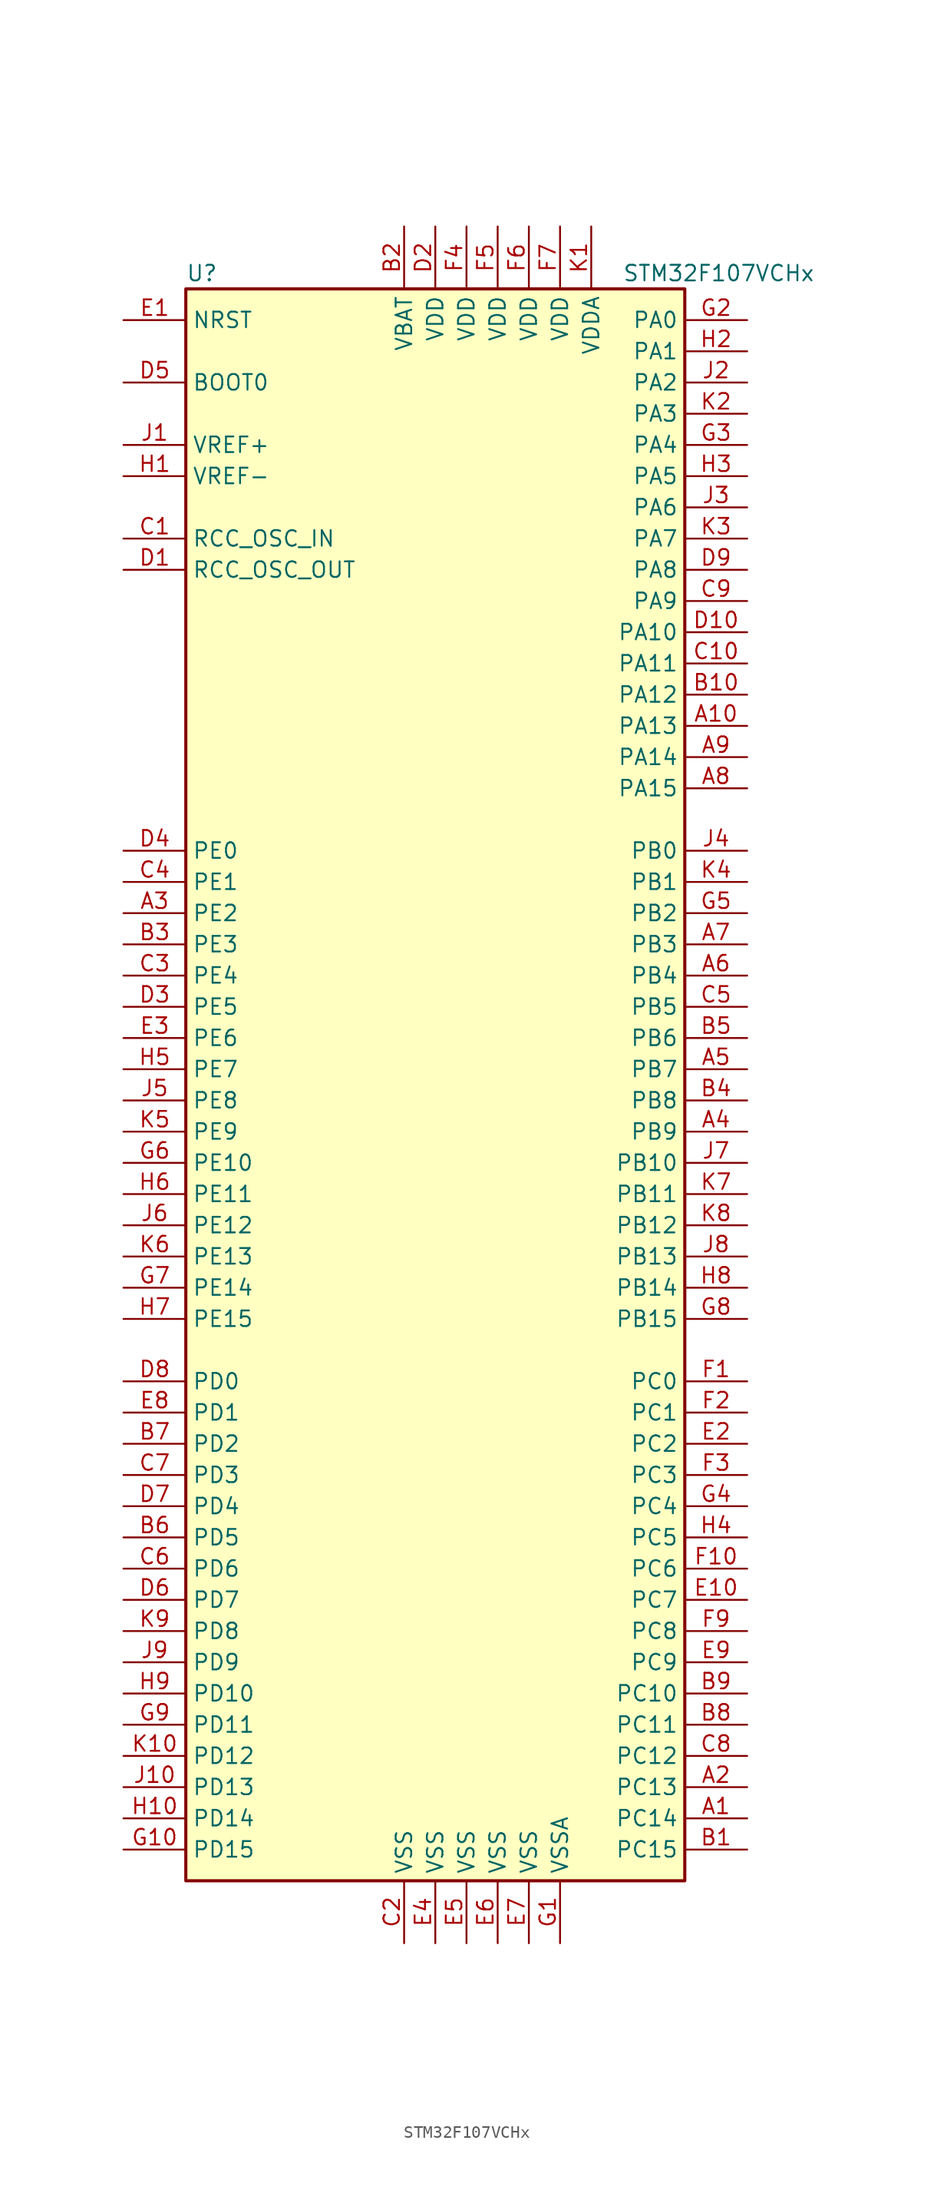
<source format=kicad_sym>
(kicad_symbol_lib
  (version 20201005)
  (generator kicad_symbol_editor)
  (symbol "STM32F107VCHx"
    (property "Reference" "U"
      (at -20.32 64.77 0)
      (effects (font (size 1.27 1.27)) (justify left)))
    (property "Value" "STM32F107VCHx"
      (at 15.24 64.77 0)
      (effects (font (size 1.27 1.27)) (justify left)))
    (symbol "STM32F107VCHx_0_1"
      (rectangle (start -20.32 -66.04) (end 20.32 63.5) (stroke (width 0.254)) (fill (type background))))
    (symbol "STM32F107VCHx_1_1"
      (pin bidirectional line (at 25.4 -60.96 180) (length 5.08) (name "PC14" (effects (font (size 1.27 1.27)))) (number "A1" (effects (font (size 1.27 1.27)))))
      (pin bidirectional line (at 25.4 27.94 180) (length 5.08) (name "PA13" (effects (font (size 1.27 1.27)))) (number "A10" (effects (font (size 1.27 1.27)))))
      (pin bidirectional line (at 25.4 -58.42 180) (length 5.08) (name "PC13" (effects (font (size 1.27 1.27)))) (number "A2" (effects (font (size 1.27 1.27)))))
      (pin bidirectional line (at -25.4 12.7 0) (length 5.08) (name "PE2" (effects (font (size 1.27 1.27)))) (number "A3" (effects (font (size 1.27 1.27)))))
      (pin bidirectional line (at 25.4 -5.08 180) (length 5.08) (name "PB9" (effects (font (size 1.27 1.27)))) (number "A4" (effects (font (size 1.27 1.27)))))
      (pin bidirectional line (at 25.4 0 180) (length 5.08) (name "PB7" (effects (font (size 1.27 1.27)))) (number "A5" (effects (font (size 1.27 1.27)))))
      (pin bidirectional line (at 25.4 7.62 180) (length 5.08) (name "PB4" (effects (font (size 1.27 1.27)))) (number "A6" (effects (font (size 1.27 1.27)))))
      (pin bidirectional line (at 25.4 10.16 180) (length 5.08) (name "PB3" (effects (font (size 1.27 1.27)))) (number "A7" (effects (font (size 1.27 1.27)))))
      (pin bidirectional line (at 25.4 22.86 180) (length 5.08) (name "PA15" (effects (font (size 1.27 1.27)))) (number "A8" (effects (font (size 1.27 1.27)))))
      (pin bidirectional line (at 25.4 25.4 180) (length 5.08) (name "PA14" (effects (font (size 1.27 1.27)))) (number "A9" (effects (font (size 1.27 1.27)))))
      (pin bidirectional line (at 25.4 -63.5 180) (length 5.08) (name "PC15" (effects (font (size 1.27 1.27)))) (number "B1" (effects (font (size 1.27 1.27)))))
      (pin bidirectional line (at 25.4 30.48 180) (length 5.08) (name "PA12" (effects (font (size 1.27 1.27)))) (number "B10" (effects (font (size 1.27 1.27)))))
      (pin power_in line (at -2.54 68.58 270) (length 5.08) (name "VBAT" (effects (font (size 1.27 1.27)))) (number "B2" (effects (font (size 1.27 1.27)))))
      (pin bidirectional line (at -25.4 10.16 0) (length 5.08) (name "PE3" (effects (font (size 1.27 1.27)))) (number "B3" (effects (font (size 1.27 1.27)))))
      (pin bidirectional line (at 25.4 -2.54 180) (length 5.08) (name "PB8" (effects (font (size 1.27 1.27)))) (number "B4" (effects (font (size 1.27 1.27)))))
      (pin bidirectional line (at 25.4 2.54 180) (length 5.08) (name "PB6" (effects (font (size 1.27 1.27)))) (number "B5" (effects (font (size 1.27 1.27)))))
      (pin bidirectional line (at -25.4 -38.1 0) (length 5.08) (name "PD5" (effects (font (size 1.27 1.27)))) (number "B6" (effects (font (size 1.27 1.27)))))
      (pin bidirectional line (at -25.4 -30.48 0) (length 5.08) (name "PD2" (effects (font (size 1.27 1.27)))) (number "B7" (effects (font (size 1.27 1.27)))))
      (pin bidirectional line (at 25.4 -53.34 180) (length 5.08) (name "PC11" (effects (font (size 1.27 1.27)))) (number "B8" (effects (font (size 1.27 1.27)))))
      (pin bidirectional line (at 25.4 -50.8 180) (length 5.08) (name "PC10" (effects (font (size 1.27 1.27)))) (number "B9" (effects (font (size 1.27 1.27)))))
      (pin input line (at -25.4 43.18 0) (length 5.08) (name "RCC_OSC_IN" (effects (font (size 1.27 1.27)))) (number "C1" (effects (font (size 1.27 1.27)))))
      (pin bidirectional line (at 25.4 33.02 180) (length 5.08) (name "PA11" (effects (font (size 1.27 1.27)))) (number "C10" (effects (font (size 1.27 1.27)))))
      (pin power_in line (at -2.54 -71.12 90) (length 5.08) (name "VSS" (effects (font (size 1.27 1.27)))) (number "C2" (effects (font (size 1.27 1.27)))))
      (pin bidirectional line (at -25.4 7.62 0) (length 5.08) (name "PE4" (effects (font (size 1.27 1.27)))) (number "C3" (effects (font (size 1.27 1.27)))))
      (pin bidirectional line (at -25.4 15.24 0) (length 5.08) (name "PE1" (effects (font (size 1.27 1.27)))) (number "C4" (effects (font (size 1.27 1.27)))))
      (pin bidirectional line (at 25.4 5.08 180) (length 5.08) (name "PB5" (effects (font (size 1.27 1.27)))) (number "C5" (effects (font (size 1.27 1.27)))))
      (pin bidirectional line (at -25.4 -40.64 0) (length 5.08) (name "PD6" (effects (font (size 1.27 1.27)))) (number "C6" (effects (font (size 1.27 1.27)))))
      (pin bidirectional line (at -25.4 -33.02 0) (length 5.08) (name "PD3" (effects (font (size 1.27 1.27)))) (number "C7" (effects (font (size 1.27 1.27)))))
      (pin bidirectional line (at 25.4 -55.88 180) (length 5.08) (name "PC12" (effects (font (size 1.27 1.27)))) (number "C8" (effects (font (size 1.27 1.27)))))
      (pin bidirectional line (at 25.4 38.1 180) (length 5.08) (name "PA9" (effects (font (size 1.27 1.27)))) (number "C9" (effects (font (size 1.27 1.27)))))
      (pin input line (at -25.4 40.64 0) (length 5.08) (name "RCC_OSC_OUT" (effects (font (size 1.27 1.27)))) (number "D1" (effects (font (size 1.27 1.27)))))
      (pin bidirectional line (at 25.4 35.56 180) (length 5.08) (name "PA10" (effects (font (size 1.27 1.27)))) (number "D10" (effects (font (size 1.27 1.27)))))
      (pin power_in line (at 0 68.58 270) (length 5.08) (name "VDD" (effects (font (size 1.27 1.27)))) (number "D2" (effects (font (size 1.27 1.27)))))
      (pin bidirectional line (at -25.4 5.08 0) (length 5.08) (name "PE5" (effects (font (size 1.27 1.27)))) (number "D3" (effects (font (size 1.27 1.27)))))
      (pin bidirectional line (at -25.4 17.78 0) (length 5.08) (name "PE0" (effects (font (size 1.27 1.27)))) (number "D4" (effects (font (size 1.27 1.27)))))
      (pin input line (at -25.4 55.88 0) (length 5.08) (name "BOOT0" (effects (font (size 1.27 1.27)))) (number "D5" (effects (font (size 1.27 1.27)))))
      (pin bidirectional line (at -25.4 -43.18 0) (length 5.08) (name "PD7" (effects (font (size 1.27 1.27)))) (number "D6" (effects (font (size 1.27 1.27)))))
      (pin bidirectional line (at -25.4 -35.56 0) (length 5.08) (name "PD4" (effects (font (size 1.27 1.27)))) (number "D7" (effects (font (size 1.27 1.27)))))
      (pin bidirectional line (at -25.4 -25.4 0) (length 5.08) (name "PD0" (effects (font (size 1.27 1.27)))) (number "D8" (effects (font (size 1.27 1.27)))))
      (pin bidirectional line (at 25.4 40.64 180) (length 5.08) (name "PA8" (effects (font (size 1.27 1.27)))) (number "D9" (effects (font (size 1.27 1.27)))))
      (pin input line (at -25.4 60.96 0) (length 5.08) (name "NRST" (effects (font (size 1.27 1.27)))) (number "E1" (effects (font (size 1.27 1.27)))))
      (pin bidirectional line (at 25.4 -43.18 180) (length 5.08) (name "PC7" (effects (font (size 1.27 1.27)))) (number "E10" (effects (font (size 1.27 1.27)))))
      (pin bidirectional line (at 25.4 -30.48 180) (length 5.08) (name "PC2" (effects (font (size 1.27 1.27)))) (number "E2" (effects (font (size 1.27 1.27)))))
      (pin bidirectional line (at -25.4 2.54 0) (length 5.08) (name "PE6" (effects (font (size 1.27 1.27)))) (number "E3" (effects (font (size 1.27 1.27)))))
      (pin power_in line (at 0 -71.12 90) (length 5.08) (name "VSS" (effects (font (size 1.27 1.27)))) (number "E4" (effects (font (size 1.27 1.27)))))
      (pin power_in line (at 2.54 -71.12 90) (length 5.08) (name "VSS" (effects (font (size 1.27 1.27)))) (number "E5" (effects (font (size 1.27 1.27)))))
      (pin power_in line (at 5.08 -71.12 90) (length 5.08) (name "VSS" (effects (font (size 1.27 1.27)))) (number "E6" (effects (font (size 1.27 1.27)))))
      (pin power_in line (at 7.62 -71.12 90) (length 5.08) (name "VSS" (effects (font (size 1.27 1.27)))) (number "E7" (effects (font (size 1.27 1.27)))))
      (pin bidirectional line (at -25.4 -27.94 0) (length 5.08) (name "PD1" (effects (font (size 1.27 1.27)))) (number "E8" (effects (font (size 1.27 1.27)))))
      (pin bidirectional line (at 25.4 -48.26 180) (length 5.08) (name "PC9" (effects (font (size 1.27 1.27)))) (number "E9" (effects (font (size 1.27 1.27)))))
      (pin bidirectional line (at 25.4 -25.4 180) (length 5.08) (name "PC0" (effects (font (size 1.27 1.27)))) (number "F1" (effects (font (size 1.27 1.27)))))
      (pin bidirectional line (at 25.4 -40.64 180) (length 5.08) (name "PC6" (effects (font (size 1.27 1.27)))) (number "F10" (effects (font (size 1.27 1.27)))))
      (pin bidirectional line (at 25.4 -27.94 180) (length 5.08) (name "PC1" (effects (font (size 1.27 1.27)))) (number "F2" (effects (font (size 1.27 1.27)))))
      (pin bidirectional line (at 25.4 -33.02 180) (length 5.08) (name "PC3" (effects (font (size 1.27 1.27)))) (number "F3" (effects (font (size 1.27 1.27)))))
      (pin power_in line (at 2.54 68.58 270) (length 5.08) (name "VDD" (effects (font (size 1.27 1.27)))) (number "F4" (effects (font (size 1.27 1.27)))))
      (pin power_in line (at 5.08 68.58 270) (length 5.08) (name "VDD" (effects (font (size 1.27 1.27)))) (number "F5" (effects (font (size 1.27 1.27)))))
      (pin power_in line (at 7.62 68.58 270) (length 5.08) (name "VDD" (effects (font (size 1.27 1.27)))) (number "F6" (effects (font (size 1.27 1.27)))))
      (pin power_in line (at 10.16 68.58 270) (length 5.08) (name "VDD" (effects (font (size 1.27 1.27)))) (number "F7" (effects (font (size 1.27 1.27)))))
      (pin no_connect line (at -20.32 -63.5 0) (length 5.08) hide (name "NC" (effects (font (size 1.27 1.27)))) (number "F8" (effects (font (size 1.27 1.27)))))
      (pin bidirectional line (at 25.4 -45.72 180) (length 5.08) (name "PC8" (effects (font (size 1.27 1.27)))) (number "F9" (effects (font (size 1.27 1.27)))))
      (pin power_in line (at 10.16 -71.12 90) (length 5.08) (name "VSSA" (effects (font (size 1.27 1.27)))) (number "G1" (effects (font (size 1.27 1.27)))))
      (pin bidirectional line (at -25.4 -63.5 0) (length 5.08) (name "PD15" (effects (font (size 1.27 1.27)))) (number "G10" (effects (font (size 1.27 1.27)))))
      (pin bidirectional line (at 25.4 60.96 180) (length 5.08) (name "PA0" (effects (font (size 1.27 1.27)))) (number "G2" (effects (font (size 1.27 1.27)))))
      (pin bidirectional line (at 25.4 50.8 180) (length 5.08) (name "PA4" (effects (font (size 1.27 1.27)))) (number "G3" (effects (font (size 1.27 1.27)))))
      (pin bidirectional line (at 25.4 -35.56 180) (length 5.08) (name "PC4" (effects (font (size 1.27 1.27)))) (number "G4" (effects (font (size 1.27 1.27)))))
      (pin bidirectional line (at 25.4 12.7 180) (length 5.08) (name "PB2" (effects (font (size 1.27 1.27)))) (number "G5" (effects (font (size 1.27 1.27)))))
      (pin bidirectional line (at -25.4 -7.62 0) (length 5.08) (name "PE10" (effects (font (size 1.27 1.27)))) (number "G6" (effects (font (size 1.27 1.27)))))
      (pin bidirectional line (at -25.4 -17.78 0) (length 5.08) (name "PE14" (effects (font (size 1.27 1.27)))) (number "G7" (effects (font (size 1.27 1.27)))))
      (pin bidirectional line (at 25.4 -20.32 180) (length 5.08) (name "PB15" (effects (font (size 1.27 1.27)))) (number "G8" (effects (font (size 1.27 1.27)))))
      (pin bidirectional line (at -25.4 -53.34 0) (length 5.08) (name "PD11" (effects (font (size 1.27 1.27)))) (number "G9" (effects (font (size 1.27 1.27)))))
      (pin power_in line (at -25.4 48.26 0) (length 5.08) (name "VREF-" (effects (font (size 1.27 1.27)))) (number "H1" (effects (font (size 1.27 1.27)))))
      (pin bidirectional line (at -25.4 -60.96 0) (length 5.08) (name "PD14" (effects (font (size 1.27 1.27)))) (number "H10" (effects (font (size 1.27 1.27)))))
      (pin bidirectional line (at 25.4 58.42 180) (length 5.08) (name "PA1" (effects (font (size 1.27 1.27)))) (number "H2" (effects (font (size 1.27 1.27)))))
      (pin bidirectional line (at 25.4 48.26 180) (length 5.08) (name "PA5" (effects (font (size 1.27 1.27)))) (number "H3" (effects (font (size 1.27 1.27)))))
      (pin bidirectional line (at 25.4 -38.1 180) (length 5.08) (name "PC5" (effects (font (size 1.27 1.27)))) (number "H4" (effects (font (size 1.27 1.27)))))
      (pin bidirectional line (at -25.4 0 0) (length 5.08) (name "PE7" (effects (font (size 1.27 1.27)))) (number "H5" (effects (font (size 1.27 1.27)))))
      (pin bidirectional line (at -25.4 -10.16 0) (length 5.08) (name "PE11" (effects (font (size 1.27 1.27)))) (number "H6" (effects (font (size 1.27 1.27)))))
      (pin bidirectional line (at -25.4 -20.32 0) (length 5.08) (name "PE15" (effects (font (size 1.27 1.27)))) (number "H7" (effects (font (size 1.27 1.27)))))
      (pin bidirectional line (at 25.4 -17.78 180) (length 5.08) (name "PB14" (effects (font (size 1.27 1.27)))) (number "H8" (effects (font (size 1.27 1.27)))))
      (pin bidirectional line (at -25.4 -50.8 0) (length 5.08) (name "PD10" (effects (font (size 1.27 1.27)))) (number "H9" (effects (font (size 1.27 1.27)))))
      (pin power_in line (at -25.4 50.8 0) (length 5.08) (name "VREF+" (effects (font (size 1.27 1.27)))) (number "J1" (effects (font (size 1.27 1.27)))))
      (pin bidirectional line (at -25.4 -58.42 0) (length 5.08) (name "PD13" (effects (font (size 1.27 1.27)))) (number "J10" (effects (font (size 1.27 1.27)))))
      (pin bidirectional line (at 25.4 55.88 180) (length 5.08) (name "PA2" (effects (font (size 1.27 1.27)))) (number "J2" (effects (font (size 1.27 1.27)))))
      (pin bidirectional line (at 25.4 45.72 180) (length 5.08) (name "PA6" (effects (font (size 1.27 1.27)))) (number "J3" (effects (font (size 1.27 1.27)))))
      (pin bidirectional line (at 25.4 17.78 180) (length 5.08) (name "PB0" (effects (font (size 1.27 1.27)))) (number "J4" (effects (font (size 1.27 1.27)))))
      (pin bidirectional line (at -25.4 -2.54 0) (length 5.08) (name "PE8" (effects (font (size 1.27 1.27)))) (number "J5" (effects (font (size 1.27 1.27)))))
      (pin bidirectional line (at -25.4 -12.7 0) (length 5.08) (name "PE12" (effects (font (size 1.27 1.27)))) (number "J6" (effects (font (size 1.27 1.27)))))
      (pin bidirectional line (at 25.4 -7.62 180) (length 5.08) (name "PB10" (effects (font (size 1.27 1.27)))) (number "J7" (effects (font (size 1.27 1.27)))))
      (pin bidirectional line (at 25.4 -15.24 180) (length 5.08) (name "PB13" (effects (font (size 1.27 1.27)))) (number "J8" (effects (font (size 1.27 1.27)))))
      (pin bidirectional line (at -25.4 -48.26 0) (length 5.08) (name "PD9" (effects (font (size 1.27 1.27)))) (number "J9" (effects (font (size 1.27 1.27)))))
      (pin power_in line (at 12.7 68.58 270) (length 5.08) (name "VDDA" (effects (font (size 1.27 1.27)))) (number "K1" (effects (font (size 1.27 1.27)))))
      (pin bidirectional line (at -25.4 -55.88 0) (length 5.08) (name "PD12" (effects (font (size 1.27 1.27)))) (number "K10" (effects (font (size 1.27 1.27)))))
      (pin bidirectional line (at 25.4 53.34 180) (length 5.08) (name "PA3" (effects (font (size 1.27 1.27)))) (number "K2" (effects (font (size 1.27 1.27)))))
      (pin bidirectional line (at 25.4 43.18 180) (length 5.08) (name "PA7" (effects (font (size 1.27 1.27)))) (number "K3" (effects (font (size 1.27 1.27)))))
      (pin bidirectional line (at 25.4 15.24 180) (length 5.08) (name "PB1" (effects (font (size 1.27 1.27)))) (number "K4" (effects (font (size 1.27 1.27)))))
      (pin bidirectional line (at -25.4 -5.08 0) (length 5.08) (name "PE9" (effects (font (size 1.27 1.27)))) (number "K5" (effects (font (size 1.27 1.27)))))
      (pin bidirectional line (at -25.4 -15.24 0) (length 5.08) (name "PE13" (effects (font (size 1.27 1.27)))) (number "K6" (effects (font (size 1.27 1.27)))))
      (pin bidirectional line (at 25.4 -10.16 180) (length 5.08) (name "PB11" (effects (font (size 1.27 1.27)))) (number "K7" (effects (font (size 1.27 1.27)))))
      (pin bidirectional line (at 25.4 -12.7 180) (length 5.08) (name "PB12" (effects (font (size 1.27 1.27)))) (number "K8" (effects (font (size 1.27 1.27)))))
      (pin bidirectional line (at -25.4 -45.72 0) (length 5.08) (name "PD8" (effects (font (size 1.27 1.27)))) (number "K9" (effects (font (size 1.27 1.27))))))))
</source>
